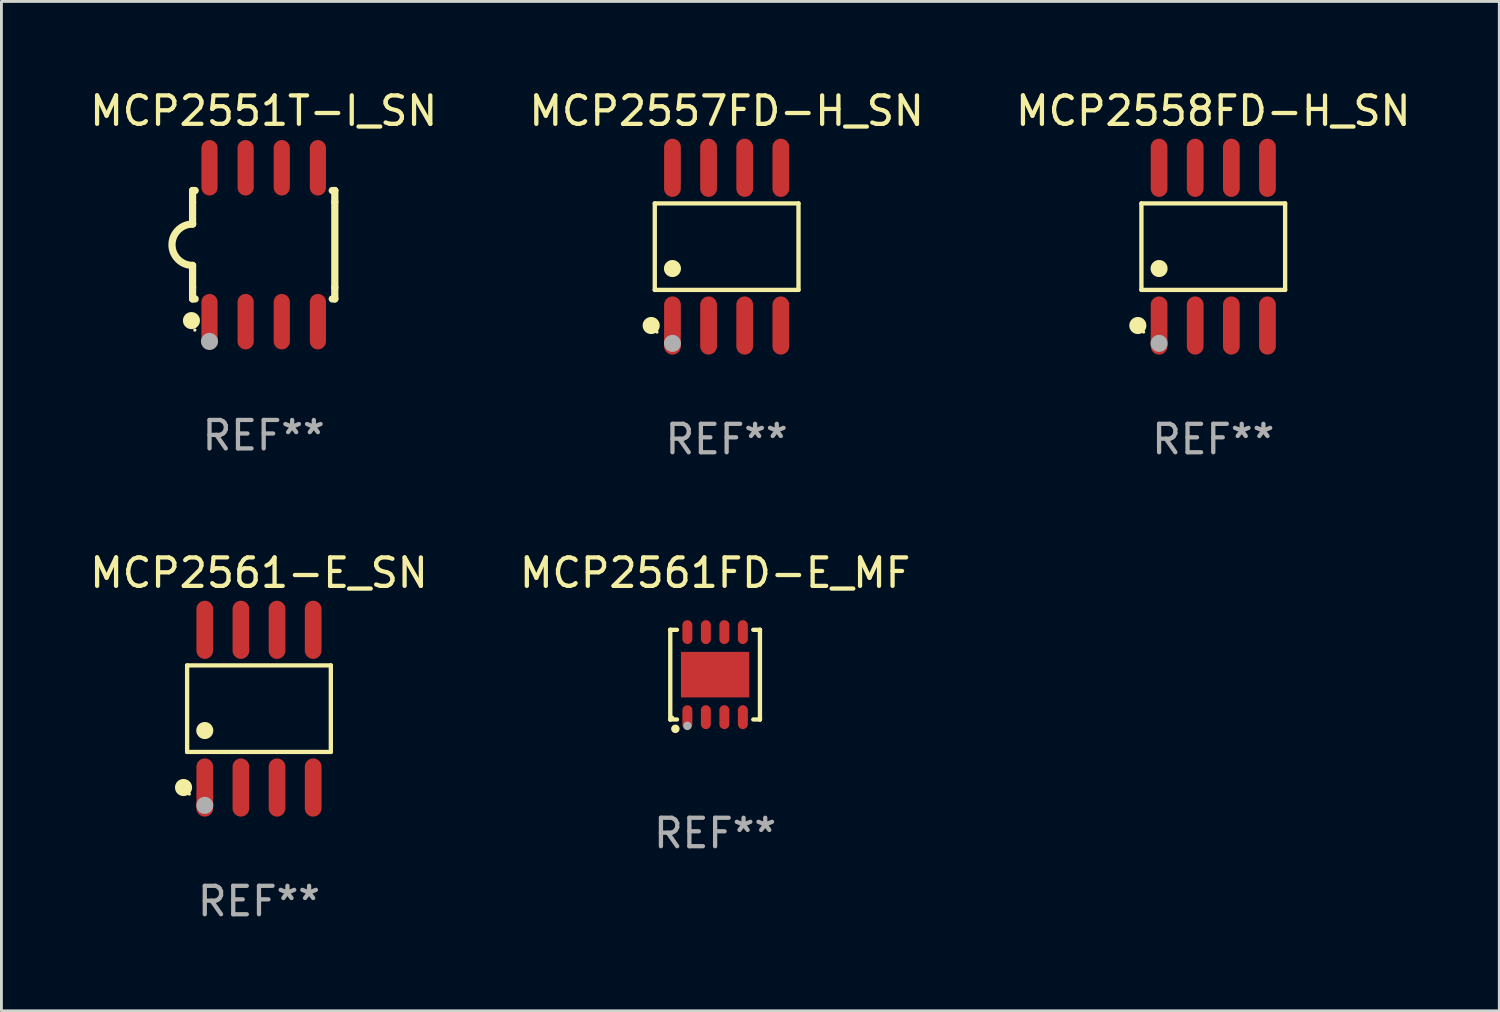
<source format=kicad_pcb>
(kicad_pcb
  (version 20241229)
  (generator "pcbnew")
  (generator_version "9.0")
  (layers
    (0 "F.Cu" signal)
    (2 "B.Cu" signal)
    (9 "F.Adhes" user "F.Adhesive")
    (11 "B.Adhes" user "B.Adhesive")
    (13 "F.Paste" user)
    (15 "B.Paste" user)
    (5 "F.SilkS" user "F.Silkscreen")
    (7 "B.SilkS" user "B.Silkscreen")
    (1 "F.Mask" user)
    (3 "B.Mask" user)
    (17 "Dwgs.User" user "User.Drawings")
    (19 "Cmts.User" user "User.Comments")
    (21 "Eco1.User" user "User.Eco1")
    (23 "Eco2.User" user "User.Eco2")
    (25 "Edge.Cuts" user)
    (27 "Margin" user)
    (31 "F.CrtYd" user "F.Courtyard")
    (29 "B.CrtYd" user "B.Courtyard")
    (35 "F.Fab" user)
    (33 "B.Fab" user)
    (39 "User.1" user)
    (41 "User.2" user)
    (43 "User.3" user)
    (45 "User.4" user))
  (footprint "MCP2561FD-E_MF"
    (layer "F.Cu")
    (at 22.089 20.666)
    (property "Reference" "MCP2561FD-E_MF" (at 0 -3.576 0) (layer "F.SilkS") (effects (font (size 1 1) (thickness 0.15))))
    (attr through_hole)
    (fp_line (start -1.576 -1.576) (end -1.576 -1.576) (stroke (width 0.152) (type solid)) (layer "F.SilkS"))
    (fp_line (start -1.576 -1.576) (end -1.341 -1.576) (stroke (width 0.152) (type solid)) (layer "F.SilkS"))
    (fp_line (start -1.576 1.576) (end -1.576 -1.576) (stroke (width 0.152) (type solid)) (layer "F.SilkS"))
    (fp_line (start -1.576 1.576) (end -1.576 1.576) (stroke (width 0.152) (type solid)) (layer "F.SilkS"))
    (fp_line (start -1.341 1.576) (end -1.576 1.576) (stroke (width 0.152) (type solid)) (layer "F.SilkS"))
    (fp_line (start 1.341 1.576) (end 1.576 1.576) (stroke (width 0.152) (type solid)) (layer "F.SilkS"))
    (fp_line (start 1.576 -1.576) (end 1.341 -1.576) (stroke (width 0.152) (type solid)) (layer "F.SilkS"))
    (fp_line (start 1.576 -1.576) (end 1.576 -1.576) (stroke (width 0.152) (type solid)) (layer "F.SilkS"))
    (fp_line (start 1.576 1.576) (end 1.576 -1.576) (stroke (width 0.152) (type solid)) (layer "F.SilkS"))
    (fp_line (start 1.576 1.576) (end 1.576 1.576) (stroke (width 0.152) (type solid)) (layer "F.SilkS"))
    (fp_circle (center -1.5 1.5) (end -1.47 1.5) (stroke (width 0.06) (type solid)) (fill no) (layer "F.SilkS"))
    (fp_circle (center -1.397 1.905) (end -1.322 1.905) (stroke (width 0.15) (type solid)) (fill no) (layer "F.SilkS"))
    (fp_circle (center -0.975 1.8) (end -0.9 1.8) (stroke (width 0.15) (type solid)) (fill no) (layer "F.Fab"))
    (fp_text user "REF**" (at 0 5.576 0) (layer "F.Fab") (effects (font (size 1 1) (thickness 0.15))))
    (pad "1" smd oval (at -0.975 1.495) (size 0.35 0.84) (layers "F.Cu" "F.Mask" "F.Paste"))
    (pad "2" smd oval (at -0.325 1.495) (size 0.35 0.84) (layers "F.Cu" "F.Mask" "F.Paste"))
    (pad "3" smd oval (at 0.325 1.495) (size 0.35 0.84) (layers "F.Cu" "F.Mask" "F.Paste"))
    (pad "4" smd oval (at 0.975 1.495) (size 0.35 0.84) (layers "F.Cu" "F.Mask" "F.Paste"))
    (pad "5" smd oval (at 0.975 -1.495) (size 0.35 0.84) (layers "F.Cu" "F.Mask" "F.Paste"))
    (pad "6" smd oval (at 0.325 -1.495) (size 0.35 0.84) (layers "F.Cu" "F.Mask" "F.Paste"))
    (pad "7" smd oval (at -0.325 -1.495) (size 0.35 0.84) (layers "F.Cu" "F.Mask" "F.Paste"))
    (pad "8" smd oval (at -0.975 -1.495) (size 0.35 0.84) (layers "F.Cu" "F.Mask" "F.Paste"))
    (pad "9" smd rect (at 0 0) (size 2.4 1.6) (layers "F.Cu" "F.Mask" "F.Paste")))
  (footprint "MCP2558FD-H_SN"
    (layer "F.Cu")
    (at 39.601 5.621)
    (property "Reference" "MCP2558FD-H_SN" (at 0 -4.772 0) (layer "F.SilkS") (effects (font (size 1 1) (thickness 0.15))))
    (attr through_hole)
    (fp_line (start -2.526 -1.521) (end 2.526 -1.521) (stroke (width 0.152) (type solid)) (layer "F.SilkS"))
    (fp_line (start -2.526 1.521) (end -2.526 -1.521) (stroke (width 0.152) (type solid)) (layer "F.SilkS"))
    (fp_line (start 2.526 -1.521) (end 2.526 1.521) (stroke (width 0.152) (type solid)) (layer "F.SilkS"))
    (fp_line (start 2.526 1.521) (end -2.526 1.521) (stroke (width 0.152) (type solid)) (layer "F.SilkS"))
    (fp_circle (center -2.652 2.772) (end -2.501 2.772) (stroke (width 0.3) (type solid)) (fill no) (layer "F.SilkS"))
    (fp_circle (center -2.45 3) (end -2.42 3) (stroke (width 0.06) (type solid)) (fill no) (layer "F.SilkS"))
    (fp_circle (center -1.905 0.769) (end -1.755 0.769) (stroke (width 0.3) (type solid)) (fill no) (layer "F.SilkS"))
    (fp_circle (center -1.905 3.4) (end -1.755 3.4) (stroke (width 0.3) (type solid)) (fill no) (layer "F.Fab"))
    (fp_text user "REF**" (at 0 6.772 0) (layer "F.Fab") (effects (font (size 1 1) (thickness 0.15))))
    (pad "1" smd oval (at -1.905 2.772) (size 0.588 2.045) (layers "F.Cu" "F.Mask" "F.Paste"))
    (pad "2" smd oval (at -0.635 2.772) (size 0.588 2.045) (layers "F.Cu" "F.Mask" "F.Paste"))
    (pad "3" smd oval (at 0.635 2.772) (size 0.588 2.045) (layers "F.Cu" "F.Mask" "F.Paste"))
    (pad "4" smd oval (at 1.905 2.772) (size 0.588 2.045) (layers "F.Cu" "F.Mask" "F.Paste"))
    (pad "5" smd oval (at 1.905 -2.772) (size 0.588 2.045) (layers "F.Cu" "F.Mask" "F.Paste"))
    (pad "6" smd oval (at 0.635 -2.772) (size 0.588 2.045) (layers "F.Cu" "F.Mask" "F.Paste"))
    (pad "7" smd oval (at -0.635 -2.772) (size 0.588 2.045) (layers "F.Cu" "F.Mask" "F.Paste"))
    (pad "8" smd oval (at -1.905 -2.772) (size 0.588 2.045) (layers "F.Cu" "F.Mask" "F.Paste")))
  (footprint "MCP2557FD-H_SN"
    (layer "F.Cu")
    (at 22.494 5.621)
    (property "Reference" "MCP2557FD-H_SN" (at 0 -4.772 0) (layer "F.SilkS") (effects (font (size 1 1) (thickness 0.15))))
    (attr through_hole)
    (fp_line (start -2.526 -1.521) (end 2.526 -1.521) (stroke (width 0.152) (type solid)) (layer "F.SilkS"))
    (fp_line (start -2.526 1.521) (end -2.526 -1.521) (stroke (width 0.152) (type solid)) (layer "F.SilkS"))
    (fp_line (start 2.526 -1.521) (end 2.526 1.521) (stroke (width 0.152) (type solid)) (layer "F.SilkS"))
    (fp_line (start 2.526 1.521) (end -2.526 1.521) (stroke (width 0.152) (type solid)) (layer "F.SilkS"))
    (fp_circle (center -2.652 2.772) (end -2.501 2.772) (stroke (width 0.3) (type solid)) (fill no) (layer "F.SilkS"))
    (fp_circle (center -2.45 3) (end -2.42 3) (stroke (width 0.06) (type solid)) (fill no) (layer "F.SilkS"))
    (fp_circle (center -1.905 0.769) (end -1.755 0.769) (stroke (width 0.3) (type solid)) (fill no) (layer "F.SilkS"))
    (fp_circle (center -1.905 3.4) (end -1.755 3.4) (stroke (width 0.3) (type solid)) (fill no) (layer "F.Fab"))
    (fp_text user "REF**" (at 0 6.772 0) (layer "F.Fab") (effects (font (size 1 1) (thickness 0.15))))
    (pad "1" smd oval (at -1.905 2.772) (size 0.588 2.045) (layers "F.Cu" "F.Mask" "F.Paste"))
    (pad "2" smd oval (at -0.635 2.772) (size 0.588 2.045) (layers "F.Cu" "F.Mask" "F.Paste"))
    (pad "3" smd oval (at 0.635 2.772) (size 0.588 2.045) (layers "F.Cu" "F.Mask" "F.Paste"))
    (pad "4" smd oval (at 1.905 2.772) (size 0.588 2.045) (layers "F.Cu" "F.Mask" "F.Paste"))
    (pad "5" smd oval (at 1.905 -2.772) (size 0.588 2.045) (layers "F.Cu" "F.Mask" "F.Paste"))
    (pad "6" smd oval (at 0.635 -2.772) (size 0.588 2.045) (layers "F.Cu" "F.Mask" "F.Paste"))
    (pad "7" smd oval (at -0.635 -2.772) (size 0.588 2.045) (layers "F.Cu" "F.Mask" "F.Paste"))
    (pad "8" smd oval (at -1.905 -2.772) (size 0.588 2.045) (layers "F.Cu" "F.Mask" "F.Paste")))
  (footprint "MCP2551T-I_SN"
    (layer "F.Cu")
    (at 6.22 5.553)
    (property "Reference" "MCP2551T-I_SN" (at 0 -4.705 0) (layer "F.SilkS") (effects (font (size 1 1) (thickness 0.15))))
    (attr through_hole)
    (fp_line (start -2.5 -1.905) (end -2.409 -1.905) (stroke (width 0.254) (type solid)) (layer "F.SilkS"))
    (fp_line (start -2.5 -1.5) (end -2.5 -1.905) (stroke (width 0.254) (type solid)) (layer "F.SilkS"))
    (fp_line (start -2.5 -1.5) (end -2.5 -0.726) (stroke (width 0.254) (type solid)) (layer "F.SilkS"))
    (fp_line (start -2.5 1.5) (end -2.5 0.727) (stroke (width 0.254) (type solid)) (layer "F.SilkS"))
    (fp_line (start -2.5 1.5) (end -2.5 1.905) (stroke (width 0.254) (type solid)) (layer "F.SilkS"))
    (fp_line (start -2.5 1.905) (end -2.409 1.905) (stroke (width 0.254) (type solid)) (layer "F.SilkS"))
    (fp_line (start 2.5 -1.905) (end 2.409 -1.905) (stroke (width 0.254) (type solid)) (layer "F.SilkS"))
    (fp_line (start 2.5 -1.5) (end 2.5 -1.905) (stroke (width 0.254) (type solid)) (layer "F.SilkS"))
    (fp_line (start 2.5 -1.5) (end 2.5 1.5) (stroke (width 0.254) (type solid)) (layer "F.SilkS"))
    (fp_line (start 2.5 1.5) (end 2.5 1.905) (stroke (width 0.254) (type solid)) (layer "F.SilkS"))
    (fp_line (start 2.5 1.905) (end 2.409 1.905) (stroke (width 0.254) (type solid)) (layer "F.SilkS"))
    (fp_arc (start -2.5 0.726568) (mid -3.220316 -0.0023) (end -2.495097 -0.726289) (stroke (width 0.254001) (type solid)) (layer "F.SilkS"))
    (fp_circle (center -2.54 2.667) (end -2.39 2.667) (stroke (width 0.3) (type solid)) (fill no) (layer "F.SilkS"))
    (fp_circle (center -2.42 3) (end -2.39 3) (stroke (width 0.06) (type solid)) (fill no) (layer "F.SilkS"))
    (fp_circle (center -1.905 3.4) (end -1.755 3.4) (stroke (width 0.3) (type solid)) (fill no) (layer "F.Fab"))
    (fp_text user "REF**" (at 0 6.705 0) (layer "F.Fab") (effects (font (size 1 1) (thickness 0.15))))
    (pad "1" smd oval (at -1.905 2.705) (size 0.568 1.95) (layers "F.Cu" "F.Mask" "F.Paste"))
    (pad "2" smd oval (at -0.635 2.705) (size 0.568 1.95) (layers "F.Cu" "F.Mask" "F.Paste"))
    (pad "3" smd oval (at 0.635 2.705) (size 0.568 1.95) (layers "F.Cu" "F.Mask" "F.Paste"))
    (pad "4" smd oval (at 1.905 2.705) (size 0.568 1.95) (layers "F.Cu" "F.Mask" "F.Paste"))
    (pad "5" smd oval (at 1.905 -2.705) (size 0.568 1.95) (layers "F.Cu" "F.Mask" "F.Paste"))
    (pad "6" smd oval (at 0.635 -2.705) (size 0.568 1.95) (layers "F.Cu" "F.Mask" "F.Paste"))
    (pad "7" smd oval (at -0.635 -2.705) (size 0.568 1.95) (layers "F.Cu" "F.Mask" "F.Paste"))
    (pad "8" smd oval (at -1.905 -2.705) (size 0.568 1.95) (layers "F.Cu" "F.Mask" "F.Paste")))
  (footprint "MCP2561-E_SN"
    (layer "F.Cu")
    (at 6.054 21.862)
    (property "Reference" "MCP2561-E_SN" (at 0 -4.772 0) (layer "F.SilkS") (effects (font (size 1 1) (thickness 0.15))))
    (attr through_hole)
    (fp_line (start -2.526 -1.521) (end 2.526 -1.521) (stroke (width 0.152) (type solid)) (layer "F.SilkS"))
    (fp_line (start -2.526 1.521) (end -2.526 -1.521) (stroke (width 0.152) (type solid)) (layer "F.SilkS"))
    (fp_line (start 2.526 -1.521) (end 2.526 1.521) (stroke (width 0.152) (type solid)) (layer "F.SilkS"))
    (fp_line (start 2.526 1.521) (end -2.526 1.521) (stroke (width 0.152) (type solid)) (layer "F.SilkS"))
    (fp_circle (center -2.652 2.772) (end -2.501 2.772) (stroke (width 0.3) (type solid)) (fill no) (layer "F.SilkS"))
    (fp_circle (center -2.45 3) (end -2.42 3) (stroke (width 0.06) (type solid)) (fill no) (layer "F.SilkS"))
    (fp_circle (center -1.905 0.769) (end -1.755 0.769) (stroke (width 0.3) (type solid)) (fill no) (layer "F.SilkS"))
    (fp_circle (center -1.905 3.4) (end -1.755 3.4) (stroke (width 0.3) (type solid)) (fill no) (layer "F.Fab"))
    (fp_text user "REF**" (at 0 6.772 0) (layer "F.Fab") (effects (font (size 1 1) (thickness 0.15))))
    (pad "1" smd oval (at -1.905 2.772) (size 0.588 2.045) (layers "F.Cu" "F.Mask" "F.Paste"))
    (pad "2" smd oval (at -0.635 2.772) (size 0.588 2.045) (layers "F.Cu" "F.Mask" "F.Paste"))
    (pad "3" smd oval (at 0.635 2.772) (size 0.588 2.045) (layers "F.Cu" "F.Mask" "F.Paste"))
    (pad "4" smd oval (at 1.905 2.772) (size 0.588 2.045) (layers "F.Cu" "F.Mask" "F.Paste"))
    (pad "5" smd oval (at 1.905 -2.772) (size 0.588 2.045) (layers "F.Cu" "F.Mask" "F.Paste"))
    (pad "6" smd oval (at 0.635 -2.772) (size 0.588 2.045) (layers "F.Cu" "F.Mask" "F.Paste"))
    (pad "7" smd oval (at -0.635 -2.772) (size 0.588 2.045) (layers "F.Cu" "F.Mask" "F.Paste"))
    (pad "8" smd oval (at -1.905 -2.772) (size 0.588 2.045) (layers "F.Cu" "F.Mask" "F.Paste")))
  (gr_rect
    (start -3 -3)
    (end 49.655 32.483)
    (stroke (width 0.1) (type default))
    (fill no)
    (layer "Edge.Cuts")))
</source>
